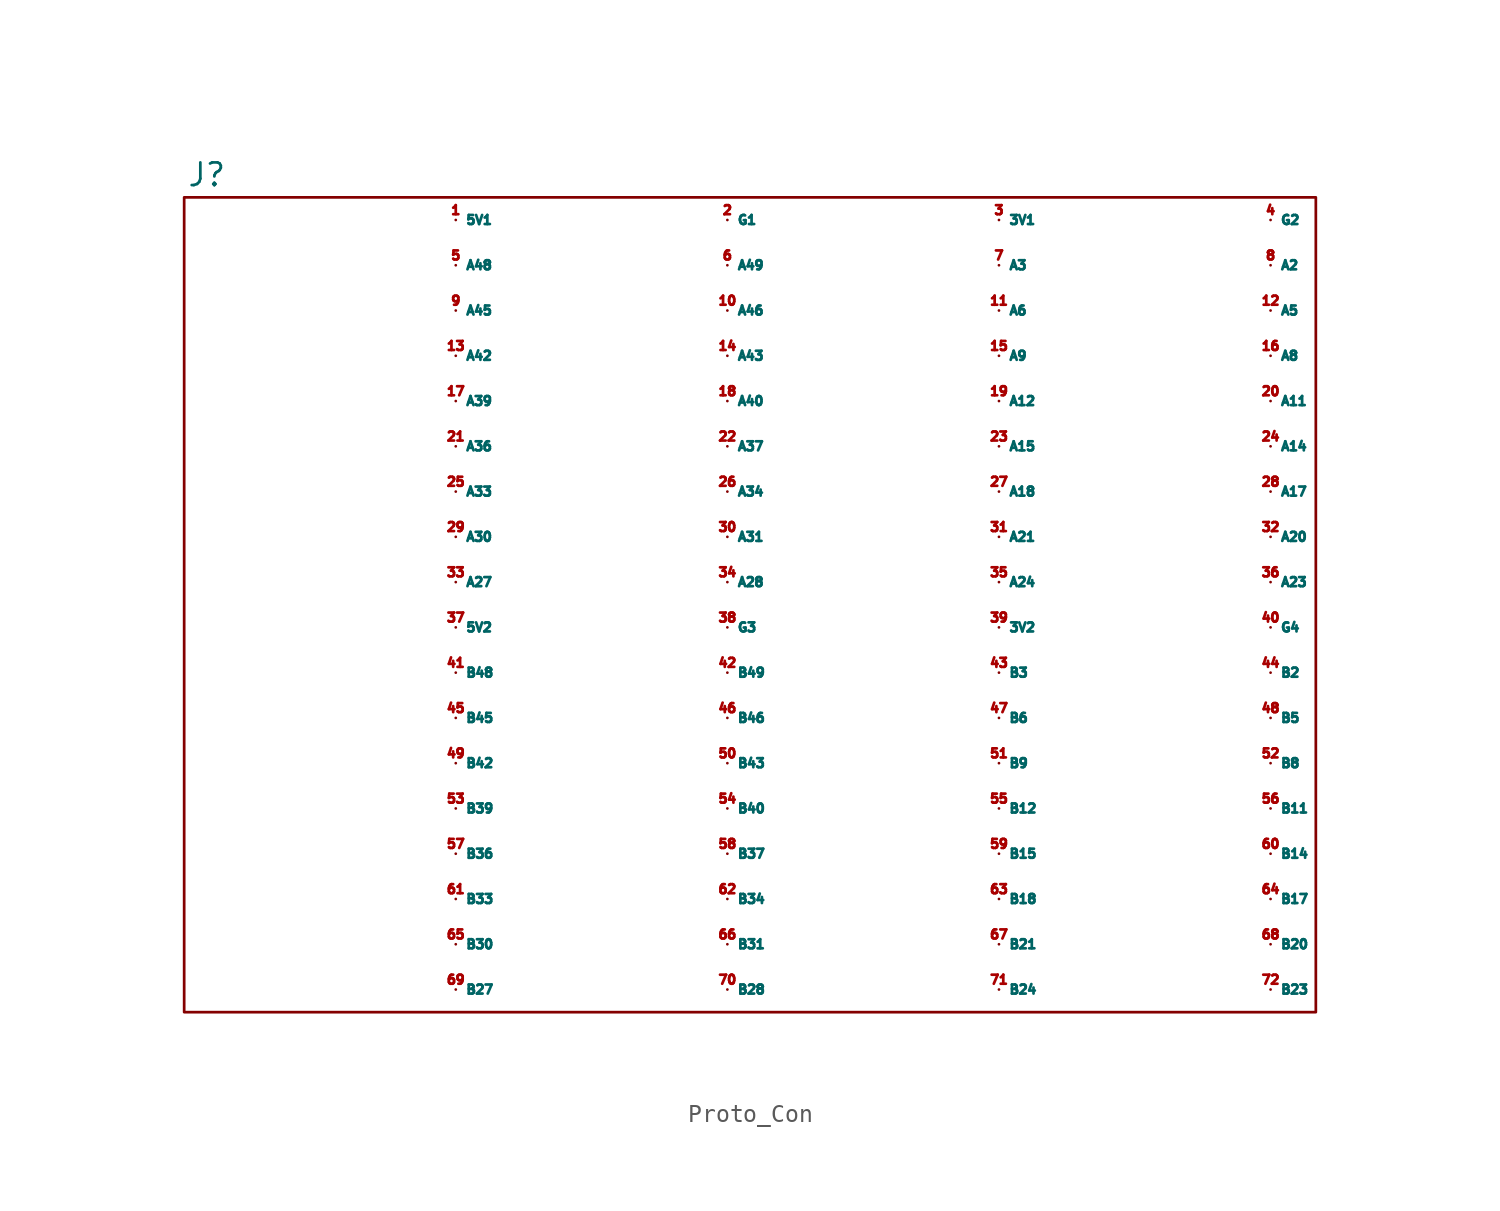
<source format=kicad_sym>
(kicad_symbol_lib
  (version 20220914)
  (generator kicad_symbol_editor)
  (symbol "Proto_Con"
    (property "Reference" "J"
      (at -30.48 24.13 0)
      (effects (font (size 1.27 1.27))))
    (property "Value" ""
      (at -8.89 16.51 0)
      (effects (font (size 1.27 1.27))))
    (symbol "Proto_Con_0_1"
      (rectangle (start -31.75 22.86) (end 31.75 -22.86) (stroke (width 0) (type default)) (fill (type none))))
    (symbol "Proto_Con_1_1"
      (pin passive line (at -16.51 21.59 0) (length 0) (name "5V1" (effects (font (size 0.508 0.508)))) (number "1" (effects (font (size 0.508 0.508)))))
      (pin passive line (at -1.27 16.51 0) (length 0) (name "A46" (effects (font (size 0.508 0.508)))) (number "10" (effects (font (size 0.508 0.508)))))
      (pin passive line (at 13.97 16.51 0) (length 0) (name "A6" (effects (font (size 0.508 0.508)))) (number "11" (effects (font (size 0.508 0.508)))))
      (pin passive line (at 29.21 16.51 0) (length 0) (name "A5" (effects (font (size 0.508 0.508)))) (number "12" (effects (font (size 0.508 0.508)))))
      (pin passive line (at -16.51 13.97 0) (length 0) (name "A42" (effects (font (size 0.508 0.508)))) (number "13" (effects (font (size 0.508 0.508)))))
      (pin passive line (at -1.27 13.97 0) (length 0) (name "A43" (effects (font (size 0.508 0.508)))) (number "14" (effects (font (size 0.508 0.508)))))
      (pin passive line (at 13.97 13.97 0) (length 0) (name "A9" (effects (font (size 0.508 0.508)))) (number "15" (effects (font (size 0.508 0.508)))))
      (pin passive line (at 29.21 13.97 0) (length 0) (name "A8" (effects (font (size 0.508 0.508)))) (number "16" (effects (font (size 0.508 0.508)))))
      (pin passive line (at -16.51 11.43 0) (length 0) (name "A39" (effects (font (size 0.508 0.508)))) (number "17" (effects (font (size 0.508 0.508)))))
      (pin passive line (at -1.27 11.43 0) (length 0) (name "A40" (effects (font (size 0.508 0.508)))) (number "18" (effects (font (size 0.508 0.508)))))
      (pin passive line (at 13.97 11.43 0) (length 0) (name "A12" (effects (font (size 0.508 0.508)))) (number "19" (effects (font (size 0.508 0.508)))))
      (pin passive line (at -1.27 21.59 0) (length 0) (name "G1" (effects (font (size 0.508 0.508)))) (number "2" (effects (font (size 0.508 0.508)))))
      (pin passive line (at 29.21 11.43 0) (length 0) (name "A11" (effects (font (size 0.508 0.508)))) (number "20" (effects (font (size 0.508 0.508)))))
      (pin passive line (at -16.51 8.89 0) (length 0) (name "A36" (effects (font (size 0.508 0.508)))) (number "21" (effects (font (size 0.508 0.508)))))
      (pin passive line (at -1.27 8.89 0) (length 0) (name "A37" (effects (font (size 0.508 0.508)))) (number "22" (effects (font (size 0.508 0.508)))))
      (pin passive line (at 13.97 8.89 0) (length 0) (name "A15" (effects (font (size 0.508 0.508)))) (number "23" (effects (font (size 0.508 0.508)))))
      (pin passive line (at 29.21 8.89 0) (length 0) (name "A14" (effects (font (size 0.508 0.508)))) (number "24" (effects (font (size 0.508 0.508)))))
      (pin passive line (at -16.51 6.35 0) (length 0) (name "A33" (effects (font (size 0.508 0.508)))) (number "25" (effects (font (size 0.508 0.508)))))
      (pin passive line (at -1.27 6.35 0) (length 0) (name "A34" (effects (font (size 0.508 0.508)))) (number "26" (effects (font (size 0.508 0.508)))))
      (pin passive line (at 13.97 6.35 0) (length 0) (name "A18" (effects (font (size 0.508 0.508)))) (number "27" (effects (font (size 0.508 0.508)))))
      (pin passive line (at 29.21 6.35 0) (length 0) (name "A17" (effects (font (size 0.508 0.508)))) (number "28" (effects (font (size 0.508 0.508)))))
      (pin passive line (at -16.51 3.81 0) (length 0) (name "A30" (effects (font (size 0.508 0.508)))) (number "29" (effects (font (size 0.508 0.508)))))
      (pin passive line (at 13.97 21.59 0) (length 0) (name "3V1" (effects (font (size 0.508 0.508)))) (number "3" (effects (font (size 0.508 0.508)))))
      (pin passive line (at -1.27 3.81 0) (length 0) (name "A31" (effects (font (size 0.508 0.508)))) (number "30" (effects (font (size 0.508 0.508)))))
      (pin passive line (at 13.97 3.81 0) (length 0) (name "A21" (effects (font (size 0.508 0.508)))) (number "31" (effects (font (size 0.508 0.508)))))
      (pin passive line (at 29.21 3.81 0) (length 0) (name "A20" (effects (font (size 0.508 0.508)))) (number "32" (effects (font (size 0.508 0.508)))))
      (pin passive line (at -16.51 1.27 0) (length 0) (name "A27" (effects (font (size 0.508 0.508)))) (number "33" (effects (font (size 0.508 0.508)))))
      (pin passive line (at -1.27 1.27 0) (length 0) (name "A28" (effects (font (size 0.508 0.508)))) (number "34" (effects (font (size 0.508 0.508)))))
      (pin passive line (at 13.97 1.27 0) (length 0) (name "A24" (effects (font (size 0.508 0.508)))) (number "35" (effects (font (size 0.508 0.508)))))
      (pin passive line (at 29.21 1.27 0) (length 0) (name "A23" (effects (font (size 0.508 0.508)))) (number "36" (effects (font (size 0.508 0.508)))))
      (pin passive line (at -16.51 -1.27 0) (length 0) (name "5V2" (effects (font (size 0.508 0.508)))) (number "37" (effects (font (size 0.508 0.508)))))
      (pin passive line (at -1.27 -1.27 0) (length 0) (name "G3" (effects (font (size 0.508 0.508)))) (number "38" (effects (font (size 0.508 0.508)))))
      (pin passive line (at 13.97 -1.27 0) (length 0) (name "3V2" (effects (font (size 0.508 0.508)))) (number "39" (effects (font (size 0.508 0.508)))))
      (pin passive line (at 29.21 21.59 0) (length 0) (name "G2" (effects (font (size 0.508 0.508)))) (number "4" (effects (font (size 0.508 0.508)))))
      (pin passive line (at 29.21 -1.27 0) (length 0) (name "G4" (effects (font (size 0.508 0.508)))) (number "40" (effects (font (size 0.508 0.508)))))
      (pin passive line (at -16.51 -3.81 0) (length 0) (name "B48" (effects (font (size 0.508 0.508)))) (number "41" (effects (font (size 0.508 0.508)))))
      (pin passive line (at -1.27 -3.81 0) (length 0) (name "B49" (effects (font (size 0.508 0.508)))) (number "42" (effects (font (size 0.508 0.508)))))
      (pin passive line (at 13.97 -3.81 0) (length 0) (name "B3" (effects (font (size 0.508 0.508)))) (number "43" (effects (font (size 0.508 0.508)))))
      (pin passive line (at 29.21 -3.81 0) (length 0) (name "B2" (effects (font (size 0.508 0.508)))) (number "44" (effects (font (size 0.508 0.508)))))
      (pin passive line (at -16.51 -6.35 0) (length 0) (name "B45" (effects (font (size 0.508 0.508)))) (number "45" (effects (font (size 0.508 0.508)))))
      (pin passive line (at -1.27 -6.35 0) (length 0) (name "B46" (effects (font (size 0.508 0.508)))) (number "46" (effects (font (size 0.508 0.508)))))
      (pin passive line (at 13.97 -6.35 0) (length 0) (name "B6" (effects (font (size 0.508 0.508)))) (number "47" (effects (font (size 0.508 0.508)))))
      (pin passive line (at 29.21 -6.35 0) (length 0) (name "B5" (effects (font (size 0.508 0.508)))) (number "48" (effects (font (size 0.508 0.508)))))
      (pin passive line (at -16.51 -8.89 0) (length 0) (name "B42" (effects (font (size 0.508 0.508)))) (number "49" (effects (font (size 0.508 0.508)))))
      (pin passive line (at -16.51 19.05 0) (length 0) (name "A48" (effects (font (size 0.508 0.508)))) (number "5" (effects (font (size 0.508 0.508)))))
      (pin passive line (at -1.27 -8.89 0) (length 0) (name "B43" (effects (font (size 0.508 0.508)))) (number "50" (effects (font (size 0.508 0.508)))))
      (pin passive line (at 13.97 -8.89 0) (length 0) (name "B9" (effects (font (size 0.508 0.508)))) (number "51" (effects (font (size 0.508 0.508)))))
      (pin passive line (at 29.21 -8.89 0) (length 0) (name "B8" (effects (font (size 0.508 0.508)))) (number "52" (effects (font (size 0.508 0.508)))))
      (pin passive line (at -16.51 -11.43 0) (length 0) (name "B39" (effects (font (size 0.508 0.508)))) (number "53" (effects (font (size 0.508 0.508)))))
      (pin passive line (at -1.27 -11.43 0) (length 0) (name "B40" (effects (font (size 0.508 0.508)))) (number "54" (effects (font (size 0.508 0.508)))))
      (pin passive line (at 13.97 -11.43 0) (length 0) (name "B12" (effects (font (size 0.508 0.508)))) (number "55" (effects (font (size 0.508 0.508)))))
      (pin passive line (at 29.21 -11.43 0) (length 0) (name "B11" (effects (font (size 0.508 0.508)))) (number "56" (effects (font (size 0.508 0.508)))))
      (pin passive line (at -16.51 -13.97 0) (length 0) (name "B36" (effects (font (size 0.508 0.508)))) (number "57" (effects (font (size 0.508 0.508)))))
      (pin passive line (at -1.27 -13.97 0) (length 0) (name "B37" (effects (font (size 0.508 0.508)))) (number "58" (effects (font (size 0.508 0.508)))))
      (pin passive line (at 13.97 -13.97 0) (length 0) (name "B15" (effects (font (size 0.508 0.508)))) (number "59" (effects (font (size 0.508 0.508)))))
      (pin passive line (at -1.27 19.05 0) (length 0) (name "A49" (effects (font (size 0.508 0.508)))) (number "6" (effects (font (size 0.508 0.508)))))
      (pin passive line (at 29.21 -13.97 0) (length 0) (name "B14" (effects (font (size 0.508 0.508)))) (number "60" (effects (font (size 0.508 0.508)))))
      (pin passive line (at -16.51 -16.51 0) (length 0) (name "B33" (effects (font (size 0.508 0.508)))) (number "61" (effects (font (size 0.508 0.508)))))
      (pin passive line (at -1.27 -16.51 0) (length 0) (name "B34" (effects (font (size 0.508 0.508)))) (number "62" (effects (font (size 0.508 0.508)))))
      (pin passive line (at 13.97 -16.51 0) (length 0) (name "B18" (effects (font (size 0.508 0.508)))) (number "63" (effects (font (size 0.508 0.508)))))
      (pin passive line (at 29.21 -16.51 0) (length 0) (name "B17" (effects (font (size 0.508 0.508)))) (number "64" (effects (font (size 0.508 0.508)))))
      (pin passive line (at -16.51 -19.05 0) (length 0) (name "B30" (effects (font (size 0.508 0.508)))) (number "65" (effects (font (size 0.508 0.508)))))
      (pin passive line (at -1.27 -19.05 0) (length 0) (name "B31" (effects (font (size 0.508 0.508)))) (number "66" (effects (font (size 0.508 0.508)))))
      (pin passive line (at 13.97 -19.05 0) (length 0) (name "B21" (effects (font (size 0.508 0.508)))) (number "67" (effects (font (size 0.508 0.508)))))
      (pin passive line (at 29.21 -19.05 0) (length 0) (name "B20" (effects (font (size 0.508 0.508)))) (number "68" (effects (font (size 0.508 0.508)))))
      (pin passive line (at -16.51 -21.59 0) (length 0) (name "B27" (effects (font (size 0.508 0.508)))) (number "69" (effects (font (size 0.508 0.508)))))
      (pin passive line (at 13.97 19.05 0) (length 0) (name "A3" (effects (font (size 0.508 0.508)))) (number "7" (effects (font (size 0.508 0.508)))))
      (pin passive line (at -1.27 -21.59 0) (length 0) (name "B28" (effects (font (size 0.508 0.508)))) (number "70" (effects (font (size 0.508 0.508)))))
      (pin passive line (at 13.97 -21.59 0) (length 0) (name "B24" (effects (font (size 0.508 0.508)))) (number "71" (effects (font (size 0.508 0.508)))))
      (pin passive line (at 29.21 -21.59 0) (length 0) (name "B23" (effects (font (size 0.508 0.508)))) (number "72" (effects (font (size 0.508 0.508)))))
      (pin passive line (at 29.21 19.05 0) (length 0) (name "A2" (effects (font (size 0.508 0.508)))) (number "8" (effects (font (size 0.508 0.508)))))
      (pin passive line (at -16.51 16.51 0) (length 0) (name "A45" (effects (font (size 0.508 0.508)))) (number "9" (effects (font (size 0.508 0.508))))))))
</source>
